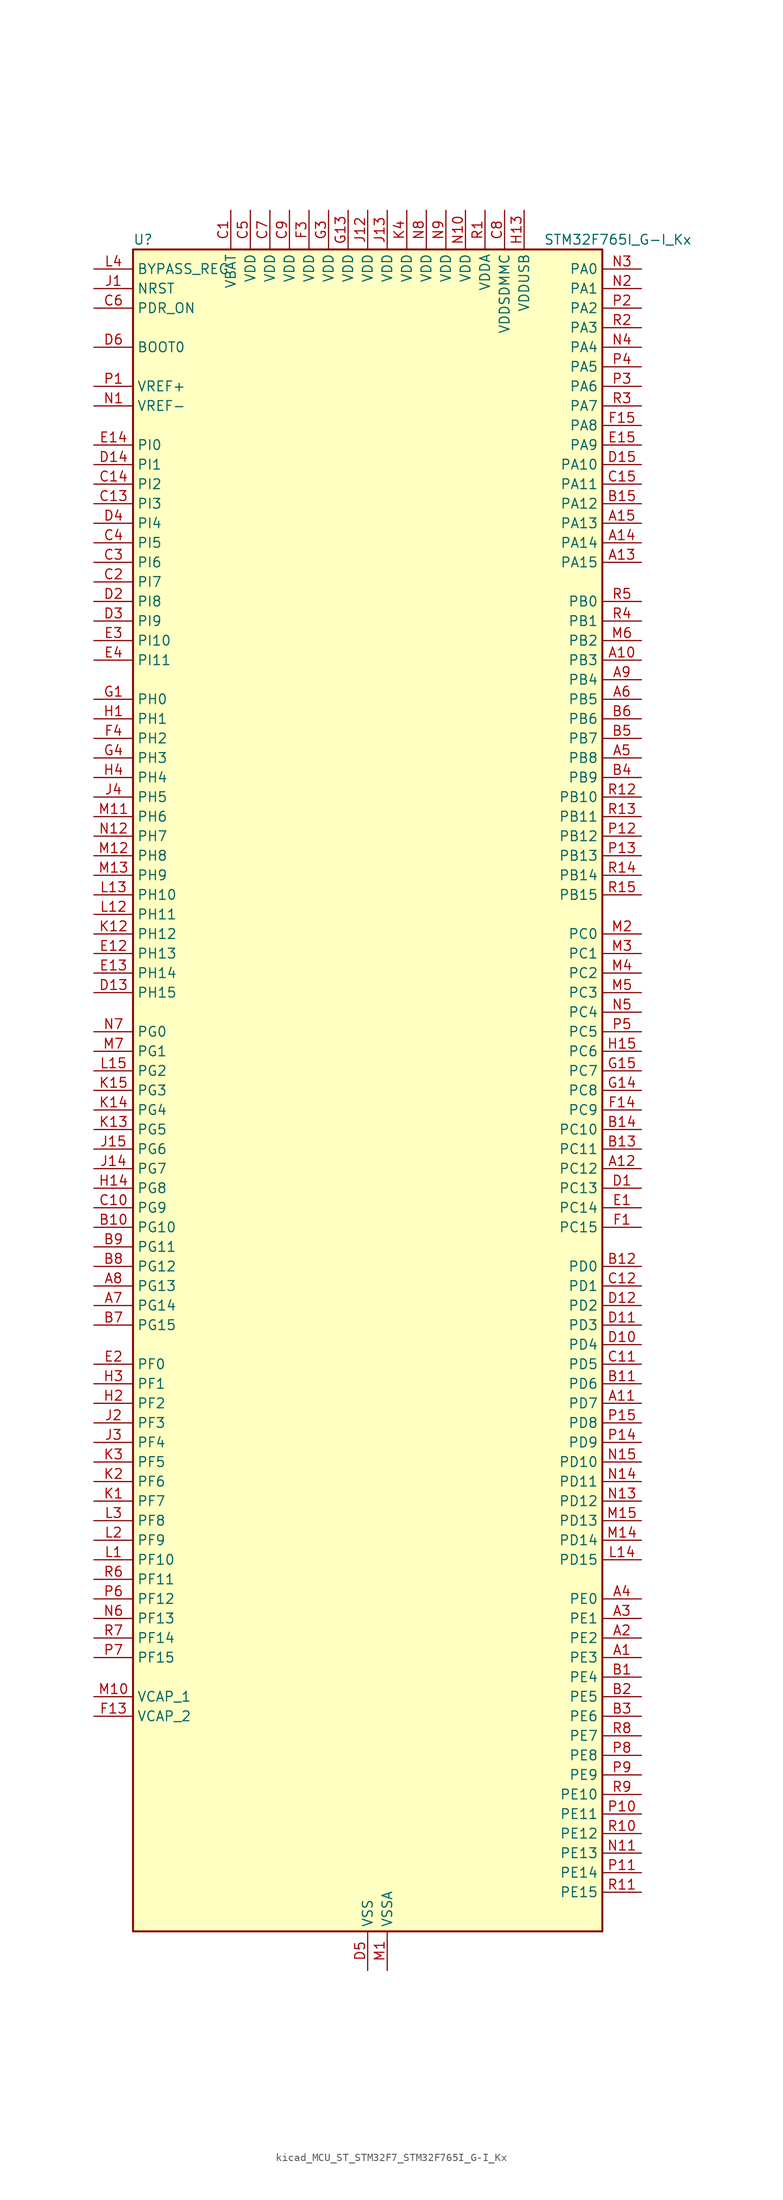
<source format=kicad_sym>
(kicad_symbol_lib
  (version 20220914)
  (generator kicad_symbol_editor)
  (symbol "kicad_MCU_ST_STM32F7_STM32F765I_G-I_Kx"
    (property "Reference" "U"
      (at -30.48 110.49 0)
      (effects (font (size 1.27 1.27)) (justify left)))
    (property "Value" "STM32F765I_G-I_Kx"
      (at 22.86 110.49 0)
      (effects (font (size 1.27 1.27)) (justify left)))
    (property "ki_locked" ""
      (at 0 0 0)
      (effects (font (size 1.27 1.27))))
    (symbol "kicad_MCU_ST_STM32F7_STM32F765I_G-I_Kx_0_1"
      (rectangle (start -30.48 -109.22) (end 30.48 109.22) (stroke (width 0.254) (type default)) (fill (type background))))
    (symbol "kicad_MCU_ST_STM32F7_STM32F765I_G-I_Kx_1_1"
      (pin bidirectional line (at 35.56 -73.66 180) (length 5.08) (name "PE3" (effects (font (size 1.27 1.27)))) (number "A1" (effects (font (size 1.27 1.27)))) (alternate "FMC_A19" bidirectional line) (alternate "SAI1_SD_B" bidirectional line) (alternate "SYS_TRACED0" bidirectional line))
      (pin bidirectional line (at 35.56 55.88 180) (length 5.08) (name "PB3" (effects (font (size 1.27 1.27)))) (number "A10" (effects (font (size 1.27 1.27)))) (alternate "CAN3_RX" bidirectional line) (alternate "I2S1_CK" bidirectional line) (alternate "I2S3_CK" bidirectional line) (alternate "SDMMC2_D2" bidirectional line) (alternate "SPI1_SCK" bidirectional line) (alternate "SPI3_SCK" bidirectional line) (alternate "SPI6_SCK" bidirectional line) (alternate "SYS_JTDO-SWO" bidirectional line) (alternate "TIM2_CH2" bidirectional line) (alternate "UART7_RX" bidirectional line))
      (pin bidirectional line (at 35.56 -40.64 180) (length 5.08) (name "PD7" (effects (font (size 1.27 1.27)))) (number "A11" (effects (font (size 1.27 1.27)))) (alternate "DFSDM1_CKIN1" bidirectional line) (alternate "DFSDM1_DATIN4" bidirectional line) (alternate "FMC_NE1" bidirectional line) (alternate "I2S1_SD" bidirectional line) (alternate "SDMMC2_CMD" bidirectional line) (alternate "SPDIFRX_IN0" bidirectional line) (alternate "SPI1_MOSI" bidirectional line) (alternate "USART2_CK" bidirectional line))
      (pin bidirectional line (at 35.56 -10.16 180) (length 5.08) (name "PC12" (effects (font (size 1.27 1.27)))) (number "A12" (effects (font (size 1.27 1.27)))) (alternate "DCMI_D9" bidirectional line) (alternate "I2S3_SD" bidirectional line) (alternate "SDMMC1_CK" bidirectional line) (alternate "SPI3_MOSI" bidirectional line) (alternate "SYS_TRACED3" bidirectional line) (alternate "UART5_TX" bidirectional line) (alternate "USART3_CK" bidirectional line))
      (pin bidirectional line (at 35.56 68.58 180) (length 5.08) (name "PA15" (effects (font (size 1.27 1.27)))) (number "A13" (effects (font (size 1.27 1.27)))) (alternate "CAN3_TX" bidirectional line) (alternate "CEC" bidirectional line) (alternate "I2S1_WS" bidirectional line) (alternate "I2S3_WS" bidirectional line) (alternate "SPI1_NSS" bidirectional line) (alternate "SPI3_NSS" bidirectional line) (alternate "SPI6_NSS" bidirectional line) (alternate "SYS_JTDI" bidirectional line) (alternate "TIM2_CH1" bidirectional line) (alternate "TIM2_ETR" bidirectional line) (alternate "UART4_DE" bidirectional line) (alternate "UART4_RTS" bidirectional line) (alternate "UART7_TX" bidirectional line))
      (pin bidirectional line (at 35.56 71.12 180) (length 5.08) (name "PA14" (effects (font (size 1.27 1.27)))) (number "A14" (effects (font (size 1.27 1.27)))) (alternate "SYS_JTCK-SWCLK" bidirectional line))
      (pin bidirectional line (at 35.56 73.66 180) (length 5.08) (name "PA13" (effects (font (size 1.27 1.27)))) (number "A15" (effects (font (size 1.27 1.27)))) (alternate "SYS_JTMS-SWDIO" bidirectional line))
      (pin bidirectional line (at 35.56 -71.12 180) (length 5.08) (name "PE2" (effects (font (size 1.27 1.27)))) (number "A2" (effects (font (size 1.27 1.27)))) (alternate "ETH_TXD3" bidirectional line) (alternate "FMC_A23" bidirectional line) (alternate "QUADSPI_BK1_IO2" bidirectional line) (alternate "SAI1_MCLK_A" bidirectional line) (alternate "SPI4_SCK" bidirectional line) (alternate "SYS_TRACECLK" bidirectional line))
      (pin bidirectional line (at 35.56 -68.58 180) (length 5.08) (name "PE1" (effects (font (size 1.27 1.27)))) (number "A3" (effects (font (size 1.27 1.27)))) (alternate "DCMI_D3" bidirectional line) (alternate "FMC_NBL1" bidirectional line) (alternate "LPTIM1_IN2" bidirectional line) (alternate "UART8_TX" bidirectional line))
      (pin bidirectional line (at 35.56 -66.04 180) (length 5.08) (name "PE0" (effects (font (size 1.27 1.27)))) (number "A4" (effects (font (size 1.27 1.27)))) (alternate "DCMI_D2" bidirectional line) (alternate "FMC_NBL0" bidirectional line) (alternate "LPTIM1_ETR" bidirectional line) (alternate "SAI2_MCLK_A" bidirectional line) (alternate "TIM4_ETR" bidirectional line) (alternate "UART8_RX" bidirectional line))
      (pin bidirectional line (at 35.56 43.18 180) (length 5.08) (name "PB8" (effects (font (size 1.27 1.27)))) (number "A5" (effects (font (size 1.27 1.27)))) (alternate "CAN1_RX" bidirectional line) (alternate "DCMI_D6" bidirectional line) (alternate "DFSDM1_CKIN7" bidirectional line) (alternate "ETH_TXD3" bidirectional line) (alternate "I2C1_SCL" bidirectional line) (alternate "I2C4_SCL" bidirectional line) (alternate "SDMMC1_D4" bidirectional line) (alternate "SDMMC2_D4" bidirectional line) (alternate "TIM10_CH1" bidirectional line) (alternate "TIM4_CH3" bidirectional line) (alternate "UART5_RX" bidirectional line))
      (pin bidirectional line (at 35.56 50.8 180) (length 5.08) (name "PB5" (effects (font (size 1.27 1.27)))) (number "A6" (effects (font (size 1.27 1.27)))) (alternate "CAN2_RX" bidirectional line) (alternate "DCMI_D10" bidirectional line) (alternate "ETH_PPS_OUT" bidirectional line) (alternate "FMC_SDCKE1" bidirectional line) (alternate "I2C1_SMBA" bidirectional line) (alternate "I2S1_SD" bidirectional line) (alternate "I2S3_SD" bidirectional line) (alternate "SPI1_MOSI" bidirectional line) (alternate "SPI3_MOSI" bidirectional line) (alternate "SPI6_MOSI" bidirectional line) (alternate "TIM3_CH2" bidirectional line) (alternate "UART5_RX" bidirectional line) (alternate "USB_OTG_HS_ULPI_D7" bidirectional line))
      (pin bidirectional line (at -35.56 -27.94 0) (length 5.08) (name "PG14" (effects (font (size 1.27 1.27)))) (number "A7" (effects (font (size 1.27 1.27)))) (alternate "ETH_TXD1" bidirectional line) (alternate "FMC_A25" bidirectional line) (alternate "LPTIM1_ETR" bidirectional line) (alternate "QUADSPI_BK2_IO3" bidirectional line) (alternate "SPI6_MOSI" bidirectional line) (alternate "SYS_TRACED1" bidirectional line) (alternate "USART6_TX" bidirectional line))
      (pin bidirectional line (at -35.56 -25.4 0) (length 5.08) (name "PG13" (effects (font (size 1.27 1.27)))) (number "A8" (effects (font (size 1.27 1.27)))) (alternate "ETH_TXD0" bidirectional line) (alternate "FMC_A24" bidirectional line) (alternate "LPTIM1_OUT" bidirectional line) (alternate "SPI6_SCK" bidirectional line) (alternate "SYS_TRACED0" bidirectional line) (alternate "USART6_CTS" bidirectional line))
      (pin bidirectional line (at 35.56 53.34 180) (length 5.08) (name "PB4" (effects (font (size 1.27 1.27)))) (number "A9" (effects (font (size 1.27 1.27)))) (alternate "CAN3_TX" bidirectional line) (alternate "I2S2_WS" bidirectional line) (alternate "SDMMC2_D3" bidirectional line) (alternate "SPI1_MISO" bidirectional line) (alternate "SPI2_NSS" bidirectional line) (alternate "SPI3_MISO" bidirectional line) (alternate "SPI6_MISO" bidirectional line) (alternate "SYS_JTRST" bidirectional line) (alternate "TIM3_CH1" bidirectional line) (alternate "UART7_TX" bidirectional line))
      (pin bidirectional line (at 35.56 -76.2 180) (length 5.08) (name "PE4" (effects (font (size 1.27 1.27)))) (number "B1" (effects (font (size 1.27 1.27)))) (alternate "DCMI_D4" bidirectional line) (alternate "DFSDM1_DATIN3" bidirectional line) (alternate "FMC_A20" bidirectional line) (alternate "SAI1_FS_A" bidirectional line) (alternate "SPI4_NSS" bidirectional line) (alternate "SYS_TRACED1" bidirectional line))
      (pin bidirectional line (at -35.56 -17.78 0) (length 5.08) (name "PG10" (effects (font (size 1.27 1.27)))) (number "B10" (effects (font (size 1.27 1.27)))) (alternate "DCMI_D2" bidirectional line) (alternate "FMC_NE3" bidirectional line) (alternate "I2S1_WS" bidirectional line) (alternate "SAI2_SD_B" bidirectional line) (alternate "SDMMC2_D1" bidirectional line) (alternate "SPI1_NSS" bidirectional line))
      (pin bidirectional line (at 35.56 -38.1 180) (length 5.08) (name "PD6" (effects (font (size 1.27 1.27)))) (number "B11" (effects (font (size 1.27 1.27)))) (alternate "DCMI_D10" bidirectional line) (alternate "DFSDM1_CKIN4" bidirectional line) (alternate "DFSDM1_DATIN1" bidirectional line) (alternate "FMC_NWAIT" bidirectional line) (alternate "I2S3_SD" bidirectional line) (alternate "SAI1_SD_A" bidirectional line) (alternate "SDMMC2_CK" bidirectional line) (alternate "SPI3_MOSI" bidirectional line) (alternate "USART2_RX" bidirectional line))
      (pin bidirectional line (at 35.56 -22.86 180) (length 5.08) (name "PD0" (effects (font (size 1.27 1.27)))) (number "B12" (effects (font (size 1.27 1.27)))) (alternate "CAN1_RX" bidirectional line) (alternate "DFSDM1_CKIN6" bidirectional line) (alternate "DFSDM1_DATIN7" bidirectional line) (alternate "FMC_D2" bidirectional line) (alternate "FMC_DA2" bidirectional line) (alternate "UART4_RX" bidirectional line))
      (pin bidirectional line (at 35.56 -7.62 180) (length 5.08) (name "PC11" (effects (font (size 1.27 1.27)))) (number "B13" (effects (font (size 1.27 1.27)))) (alternate "ADC1_EXTI11" bidirectional line) (alternate "ADC2_EXTI11" bidirectional line) (alternate "ADC3_EXTI11" bidirectional line) (alternate "DCMI_D4" bidirectional line) (alternate "DFSDM1_DATIN5" bidirectional line) (alternate "QUADSPI_BK2_NCS" bidirectional line) (alternate "SDMMC1_D3" bidirectional line) (alternate "SPI3_MISO" bidirectional line) (alternate "UART4_RX" bidirectional line) (alternate "USART3_RX" bidirectional line))
      (pin bidirectional line (at 35.56 -5.08 180) (length 5.08) (name "PC10" (effects (font (size 1.27 1.27)))) (number "B14" (effects (font (size 1.27 1.27)))) (alternate "DCMI_D8" bidirectional line) (alternate "DFSDM1_CKIN5" bidirectional line) (alternate "I2S3_CK" bidirectional line) (alternate "QUADSPI_BK1_IO1" bidirectional line) (alternate "SDMMC1_D2" bidirectional line) (alternate "SPI3_SCK" bidirectional line) (alternate "UART4_TX" bidirectional line) (alternate "USART3_TX" bidirectional line))
      (pin bidirectional line (at 35.56 76.2 180) (length 5.08) (name "PA12" (effects (font (size 1.27 1.27)))) (number "B15" (effects (font (size 1.27 1.27)))) (alternate "CAN1_TX" bidirectional line) (alternate "I2S2_CK" bidirectional line) (alternate "SAI2_FS_B" bidirectional line) (alternate "SPI2_SCK" bidirectional line) (alternate "TIM1_ETR" bidirectional line) (alternate "UART4_TX" bidirectional line) (alternate "USART1_DE" bidirectional line) (alternate "USART1_RTS" bidirectional line) (alternate "USB_OTG_FS_DP" bidirectional line))
      (pin bidirectional line (at 35.56 -78.74 180) (length 5.08) (name "PE5" (effects (font (size 1.27 1.27)))) (number "B2" (effects (font (size 1.27 1.27)))) (alternate "DCMI_D6" bidirectional line) (alternate "DFSDM1_CKIN3" bidirectional line) (alternate "FMC_A21" bidirectional line) (alternate "SAI1_SCK_A" bidirectional line) (alternate "SPI4_MISO" bidirectional line) (alternate "SYS_TRACED2" bidirectional line) (alternate "TIM9_CH1" bidirectional line))
      (pin bidirectional line (at 35.56 -81.28 180) (length 5.08) (name "PE6" (effects (font (size 1.27 1.27)))) (number "B3" (effects (font (size 1.27 1.27)))) (alternate "DCMI_D7" bidirectional line) (alternate "FMC_A22" bidirectional line) (alternate "SAI1_SD_A" bidirectional line) (alternate "SAI2_MCLK_B" bidirectional line) (alternate "SPI4_MOSI" bidirectional line) (alternate "SYS_TRACED3" bidirectional line) (alternate "TIM1_BKIN2" bidirectional line) (alternate "TIM9_CH2" bidirectional line))
      (pin bidirectional line (at 35.56 40.64 180) (length 5.08) (name "PB9" (effects (font (size 1.27 1.27)))) (number "B4" (effects (font (size 1.27 1.27)))) (alternate "CAN1_TX" bidirectional line) (alternate "DAC_EXTI9" bidirectional line) (alternate "DCMI_D7" bidirectional line) (alternate "DFSDM1_DATIN7" bidirectional line) (alternate "I2C1_SDA" bidirectional line) (alternate "I2C4_SDA" bidirectional line) (alternate "I2C4_SMBA" bidirectional line) (alternate "I2S2_WS" bidirectional line) (alternate "SDMMC1_D5" bidirectional line) (alternate "SDMMC2_D5" bidirectional line) (alternate "SPI2_NSS" bidirectional line) (alternate "TIM11_CH1" bidirectional line) (alternate "TIM4_CH4" bidirectional line) (alternate "UART5_TX" bidirectional line))
      (pin bidirectional line (at 35.56 45.72 180) (length 5.08) (name "PB7" (effects (font (size 1.27 1.27)))) (number "B5" (effects (font (size 1.27 1.27)))) (alternate "DCMI_VSYNC" bidirectional line) (alternate "DFSDM1_CKIN5" bidirectional line) (alternate "FMC_NL" bidirectional line) (alternate "I2C1_SDA" bidirectional line) (alternate "I2C4_SDA" bidirectional line) (alternate "TIM4_CH2" bidirectional line) (alternate "USART1_RX" bidirectional line))
      (pin bidirectional line (at 35.56 48.26 180) (length 5.08) (name "PB6" (effects (font (size 1.27 1.27)))) (number "B6" (effects (font (size 1.27 1.27)))) (alternate "CAN2_TX" bidirectional line) (alternate "CEC" bidirectional line) (alternate "DCMI_D5" bidirectional line) (alternate "DFSDM1_DATIN5" bidirectional line) (alternate "FMC_SDNE1" bidirectional line) (alternate "I2C1_SCL" bidirectional line) (alternate "I2C4_SCL" bidirectional line) (alternate "QUADSPI_BK1_NCS" bidirectional line) (alternate "TIM4_CH1" bidirectional line) (alternate "UART5_TX" bidirectional line) (alternate "USART1_TX" bidirectional line))
      (pin bidirectional line (at -35.56 -30.48 0) (length 5.08) (name "PG15" (effects (font (size 1.27 1.27)))) (number "B7" (effects (font (size 1.27 1.27)))) (alternate "DCMI_D13" bidirectional line) (alternate "FMC_SDNCAS" bidirectional line) (alternate "USART6_CTS" bidirectional line))
      (pin bidirectional line (at -35.56 -22.86 0) (length 5.08) (name "PG12" (effects (font (size 1.27 1.27)))) (number "B8" (effects (font (size 1.27 1.27)))) (alternate "FMC_NE4" bidirectional line) (alternate "LPTIM1_IN1" bidirectional line) (alternate "SDMMC2_D3" bidirectional line) (alternate "SPDIFRX_IN1" bidirectional line) (alternate "SPI6_MISO" bidirectional line) (alternate "USART6_DE" bidirectional line) (alternate "USART6_RTS" bidirectional line))
      (pin bidirectional line (at -35.56 -20.32 0) (length 5.08) (name "PG11" (effects (font (size 1.27 1.27)))) (number "B9" (effects (font (size 1.27 1.27)))) (alternate "ADC1_EXTI11" bidirectional line) (alternate "ADC2_EXTI11" bidirectional line) (alternate "ADC3_EXTI11" bidirectional line) (alternate "DCMI_D3" bidirectional line) (alternate "ETH_TX_EN" bidirectional line) (alternate "I2S1_CK" bidirectional line) (alternate "SDMMC2_D2" bidirectional line) (alternate "SPDIFRX_IN0" bidirectional line) (alternate "SPI1_SCK" bidirectional line))
      (pin power_in line (at -17.78 114.3 270) (length 5.08) (name "VBAT" (effects (font (size 1.27 1.27)))) (number "C1" (effects (font (size 1.27 1.27)))))
      (pin bidirectional line (at -35.56 -15.24 0) (length 5.08) (name "PG9" (effects (font (size 1.27 1.27)))) (number "C10" (effects (font (size 1.27 1.27)))) (alternate "DAC_EXTI9" bidirectional line) (alternate "DCMI_VSYNC" bidirectional line) (alternate "FMC_NCE" bidirectional line) (alternate "FMC_NE2" bidirectional line) (alternate "QUADSPI_BK2_IO2" bidirectional line) (alternate "SAI2_FS_B" bidirectional line) (alternate "SDMMC2_D0" bidirectional line) (alternate "SPDIFRX_IN3" bidirectional line) (alternate "SPI1_MISO" bidirectional line) (alternate "USART6_RX" bidirectional line))
      (pin bidirectional line (at 35.56 -35.56 180) (length 5.08) (name "PD5" (effects (font (size 1.27 1.27)))) (number "C11" (effects (font (size 1.27 1.27)))) (alternate "FMC_NWE" bidirectional line) (alternate "USART2_TX" bidirectional line))
      (pin bidirectional line (at 35.56 -25.4 180) (length 5.08) (name "PD1" (effects (font (size 1.27 1.27)))) (number "C12" (effects (font (size 1.27 1.27)))) (alternate "CAN1_TX" bidirectional line) (alternate "DFSDM1_CKIN7" bidirectional line) (alternate "DFSDM1_DATIN6" bidirectional line) (alternate "FMC_D3" bidirectional line) (alternate "FMC_DA3" bidirectional line) (alternate "UART4_TX" bidirectional line))
      (pin bidirectional line (at -35.56 76.2 0) (length 5.08) (name "PI3" (effects (font (size 1.27 1.27)))) (number "C13" (effects (font (size 1.27 1.27)))) (alternate "DCMI_D10" bidirectional line) (alternate "FMC_D27" bidirectional line) (alternate "I2S2_SD" bidirectional line) (alternate "SPI2_MOSI" bidirectional line) (alternate "TIM8_ETR" bidirectional line))
      (pin bidirectional line (at -35.56 78.74 0) (length 5.08) (name "PI2" (effects (font (size 1.27 1.27)))) (number "C14" (effects (font (size 1.27 1.27)))) (alternate "DCMI_D9" bidirectional line) (alternate "FMC_D26" bidirectional line) (alternate "SPI2_MISO" bidirectional line) (alternate "TIM8_CH4" bidirectional line))
      (pin bidirectional line (at 35.56 78.74 180) (length 5.08) (name "PA11" (effects (font (size 1.27 1.27)))) (number "C15" (effects (font (size 1.27 1.27)))) (alternate "ADC1_EXTI11" bidirectional line) (alternate "ADC2_EXTI11" bidirectional line) (alternate "ADC3_EXTI11" bidirectional line) (alternate "CAN1_RX" bidirectional line) (alternate "I2S2_WS" bidirectional line) (alternate "SPI2_NSS" bidirectional line) (alternate "TIM1_CH4" bidirectional line) (alternate "UART4_RX" bidirectional line) (alternate "USART1_CTS" bidirectional line) (alternate "USB_OTG_FS_DM" bidirectional line))
      (pin bidirectional line (at -35.56 66.04 0) (length 5.08) (name "PI7" (effects (font (size 1.27 1.27)))) (number "C2" (effects (font (size 1.27 1.27)))) (alternate "DCMI_D7" bidirectional line) (alternate "FMC_D29" bidirectional line) (alternate "SAI2_FS_A" bidirectional line) (alternate "TIM8_CH3" bidirectional line))
      (pin bidirectional line (at -35.56 68.58 0) (length 5.08) (name "PI6" (effects (font (size 1.27 1.27)))) (number "C3" (effects (font (size 1.27 1.27)))) (alternate "DCMI_D6" bidirectional line) (alternate "FMC_D28" bidirectional line) (alternate "SAI2_SD_A" bidirectional line) (alternate "TIM8_CH2" bidirectional line))
      (pin bidirectional line (at -35.56 71.12 0) (length 5.08) (name "PI5" (effects (font (size 1.27 1.27)))) (number "C4" (effects (font (size 1.27 1.27)))) (alternate "DCMI_VSYNC" bidirectional line) (alternate "FMC_NBL3" bidirectional line) (alternate "SAI2_SCK_A" bidirectional line) (alternate "TIM8_CH1" bidirectional line))
      (pin power_in line (at -15.24 114.3 270) (length 5.08) (name "VDD" (effects (font (size 1.27 1.27)))) (number "C5" (effects (font (size 1.27 1.27)))))
      (pin input line (at -35.56 101.6 0) (length 5.08) (name "PDR_ON" (effects (font (size 1.27 1.27)))) (number "C6" (effects (font (size 1.27 1.27)))))
      (pin power_in line (at -12.7 114.3 270) (length 5.08) (name "VDD" (effects (font (size 1.27 1.27)))) (number "C7" (effects (font (size 1.27 1.27)))))
      (pin power_in line (at 17.78 114.3 270) (length 5.08) (name "VDDSDMMC" (effects (font (size 1.27 1.27)))) (number "C8" (effects (font (size 1.27 1.27)))))
      (pin power_in line (at -10.16 114.3 270) (length 5.08) (name "VDD" (effects (font (size 1.27 1.27)))) (number "C9" (effects (font (size 1.27 1.27)))))
      (pin bidirectional line (at 35.56 -12.7 180) (length 5.08) (name "PC13" (effects (font (size 1.27 1.27)))) (number "D1" (effects (font (size 1.27 1.27)))) (alternate "RTC_OUT" bidirectional line) (alternate "RTC_TAMP1" bidirectional line) (alternate "RTC_TS" bidirectional line) (alternate "SYS_WKUP4" bidirectional line))
      (pin bidirectional line (at 35.56 -33.02 180) (length 5.08) (name "PD4" (effects (font (size 1.27 1.27)))) (number "D10" (effects (font (size 1.27 1.27)))) (alternate "DFSDM1_CKIN0" bidirectional line) (alternate "FMC_NOE" bidirectional line) (alternate "USART2_DE" bidirectional line) (alternate "USART2_RTS" bidirectional line))
      (pin bidirectional line (at 35.56 -30.48 180) (length 5.08) (name "PD3" (effects (font (size 1.27 1.27)))) (number "D11" (effects (font (size 1.27 1.27)))) (alternate "DCMI_D5" bidirectional line) (alternate "DFSDM1_CKOUT" bidirectional line) (alternate "DFSDM1_DATIN0" bidirectional line) (alternate "FMC_CLK" bidirectional line) (alternate "I2S2_CK" bidirectional line) (alternate "SPI2_SCK" bidirectional line) (alternate "USART2_CTS" bidirectional line))
      (pin bidirectional line (at 35.56 -27.94 180) (length 5.08) (name "PD2" (effects (font (size 1.27 1.27)))) (number "D12" (effects (font (size 1.27 1.27)))) (alternate "DCMI_D11" bidirectional line) (alternate "SDMMC1_CMD" bidirectional line) (alternate "SYS_TRACED2" bidirectional line) (alternate "TIM3_ETR" bidirectional line) (alternate "UART5_RX" bidirectional line))
      (pin bidirectional line (at -35.56 12.7 0) (length 5.08) (name "PH15" (effects (font (size 1.27 1.27)))) (number "D13" (effects (font (size 1.27 1.27)))) (alternate "DCMI_D11" bidirectional line) (alternate "FMC_D23" bidirectional line) (alternate "TIM8_CH3N" bidirectional line))
      (pin bidirectional line (at -35.56 81.28 0) (length 5.08) (name "PI1" (effects (font (size 1.27 1.27)))) (number "D14" (effects (font (size 1.27 1.27)))) (alternate "DCMI_D8" bidirectional line) (alternate "FMC_D25" bidirectional line) (alternate "I2S2_CK" bidirectional line) (alternate "SPI2_SCK" bidirectional line) (alternate "TIM8_BKIN2" bidirectional line))
      (pin bidirectional line (at 35.56 81.28 180) (length 5.08) (name "PA10" (effects (font (size 1.27 1.27)))) (number "D15" (effects (font (size 1.27 1.27)))) (alternate "DCMI_D1" bidirectional line) (alternate "MDIOS_MDIO" bidirectional line) (alternate "TIM1_CH3" bidirectional line) (alternate "USART1_RX" bidirectional line) (alternate "USB_OTG_FS_ID" bidirectional line))
      (pin bidirectional line (at -35.56 63.5 0) (length 5.08) (name "PI8" (effects (font (size 1.27 1.27)))) (number "D2" (effects (font (size 1.27 1.27)))) (alternate "RTC_TAMP2" bidirectional line) (alternate "RTC_TS" bidirectional line) (alternate "SYS_WKUP5" bidirectional line))
      (pin bidirectional line (at -35.56 60.96 0) (length 5.08) (name "PI9" (effects (font (size 1.27 1.27)))) (number "D3" (effects (font (size 1.27 1.27)))) (alternate "CAN1_RX" bidirectional line) (alternate "DAC_EXTI9" bidirectional line) (alternate "FMC_D30" bidirectional line) (alternate "UART4_RX" bidirectional line))
      (pin bidirectional line (at -35.56 73.66 0) (length 5.08) (name "PI4" (effects (font (size 1.27 1.27)))) (number "D4" (effects (font (size 1.27 1.27)))) (alternate "DCMI_D5" bidirectional line) (alternate "FMC_NBL2" bidirectional line) (alternate "SAI2_MCLK_A" bidirectional line) (alternate "TIM8_BKIN" bidirectional line))
      (pin power_in line (at 0 -114.3 90) (length 5.08) (name "VSS" (effects (font (size 1.27 1.27)))) (number "D5" (effects (font (size 1.27 1.27)))))
      (pin input line (at -35.56 96.52 0) (length 5.08) (name "BOOT0" (effects (font (size 1.27 1.27)))) (number "D6" (effects (font (size 1.27 1.27)))))
      (pin passive line (at 0 -114.3 90) (length 5.08) hide (name "VSS" (effects (font (size 1.27 1.27)))) (number "D7" (effects (font (size 1.27 1.27)))))
      (pin passive line (at 0 -114.3 90) (length 5.08) hide (name "VSS" (effects (font (size 1.27 1.27)))) (number "D8" (effects (font (size 1.27 1.27)))))
      (pin passive line (at 0 -114.3 90) (length 5.08) hide (name "VSS" (effects (font (size 1.27 1.27)))) (number "D9" (effects (font (size 1.27 1.27)))))
      (pin bidirectional line (at 35.56 -15.24 180) (length 5.08) (name "PC14" (effects (font (size 1.27 1.27)))) (number "E1" (effects (font (size 1.27 1.27)))) (alternate "RCC_OSC32_IN" bidirectional line))
      (pin bidirectional line (at -35.56 17.78 0) (length 5.08) (name "PH13" (effects (font (size 1.27 1.27)))) (number "E12" (effects (font (size 1.27 1.27)))) (alternate "CAN1_TX" bidirectional line) (alternate "FMC_D21" bidirectional line) (alternate "TIM8_CH1N" bidirectional line) (alternate "UART4_TX" bidirectional line))
      (pin bidirectional line (at -35.56 15.24 0) (length 5.08) (name "PH14" (effects (font (size 1.27 1.27)))) (number "E13" (effects (font (size 1.27 1.27)))) (alternate "CAN1_RX" bidirectional line) (alternate "DCMI_D4" bidirectional line) (alternate "FMC_D22" bidirectional line) (alternate "TIM8_CH2N" bidirectional line) (alternate "UART4_RX" bidirectional line))
      (pin bidirectional line (at -35.56 83.82 0) (length 5.08) (name "PI0" (effects (font (size 1.27 1.27)))) (number "E14" (effects (font (size 1.27 1.27)))) (alternate "DCMI_D13" bidirectional line) (alternate "FMC_D24" bidirectional line) (alternate "I2S2_WS" bidirectional line) (alternate "SPI2_NSS" bidirectional line) (alternate "TIM5_CH4" bidirectional line))
      (pin bidirectional line (at 35.56 83.82 180) (length 5.08) (name "PA9" (effects (font (size 1.27 1.27)))) (number "E15" (effects (font (size 1.27 1.27)))) (alternate "DAC_EXTI9" bidirectional line) (alternate "DCMI_D0" bidirectional line) (alternate "I2C3_SMBA" bidirectional line) (alternate "I2S2_CK" bidirectional line) (alternate "SPI2_SCK" bidirectional line) (alternate "TIM1_CH2" bidirectional line) (alternate "USART1_TX" bidirectional line) (alternate "USB_OTG_FS_VBUS" bidirectional line))
      (pin bidirectional line (at -35.56 -35.56 0) (length 5.08) (name "PF0" (effects (font (size 1.27 1.27)))) (number "E2" (effects (font (size 1.27 1.27)))) (alternate "FMC_A0" bidirectional line) (alternate "I2C2_SDA" bidirectional line))
      (pin bidirectional line (at -35.56 58.42 0) (length 5.08) (name "PI10" (effects (font (size 1.27 1.27)))) (number "E3" (effects (font (size 1.27 1.27)))) (alternate "ETH_RX_ER" bidirectional line) (alternate "FMC_D31" bidirectional line))
      (pin bidirectional line (at -35.56 55.88 0) (length 5.08) (name "PI11" (effects (font (size 1.27 1.27)))) (number "E4" (effects (font (size 1.27 1.27)))) (alternate "ADC1_EXTI11" bidirectional line) (alternate "ADC2_EXTI11" bidirectional line) (alternate "ADC3_EXTI11" bidirectional line) (alternate "SYS_WKUP6" bidirectional line) (alternate "USB_OTG_HS_ULPI_DIR" bidirectional line))
      (pin bidirectional line (at 35.56 -17.78 180) (length 5.08) (name "PC15" (effects (font (size 1.27 1.27)))) (number "F1" (effects (font (size 1.27 1.27)))) (alternate "RCC_OSC32_OUT" bidirectional line))
      (pin passive line (at 0 -114.3 90) (length 5.08) hide (name "VSS" (effects (font (size 1.27 1.27)))) (number "F10" (effects (font (size 1.27 1.27)))))
      (pin passive line (at 0 -114.3 90) (length 5.08) hide (name "VSS" (effects (font (size 1.27 1.27)))) (number "F12" (effects (font (size 1.27 1.27)))))
      (pin power_out line (at -35.56 -81.28 0) (length 5.08) (name "VCAP_2" (effects (font (size 1.27 1.27)))) (number "F13" (effects (font (size 1.27 1.27)))))
      (pin bidirectional line (at 35.56 -2.54 180) (length 5.08) (name "PC9" (effects (font (size 1.27 1.27)))) (number "F14" (effects (font (size 1.27 1.27)))) (alternate "DAC_EXTI9" bidirectional line) (alternate "DCMI_D3" bidirectional line) (alternate "I2C3_SDA" bidirectional line) (alternate "I2S_CKIN" bidirectional line) (alternate "QUADSPI_BK1_IO0" bidirectional line) (alternate "RCC_MCO_2" bidirectional line) (alternate "SDMMC1_D1" bidirectional line) (alternate "TIM3_CH4" bidirectional line) (alternate "TIM8_CH4" bidirectional line) (alternate "UART5_CTS" bidirectional line))
      (pin bidirectional line (at 35.56 86.36 180) (length 5.08) (name "PA8" (effects (font (size 1.27 1.27)))) (number "F15" (effects (font (size 1.27 1.27)))) (alternate "CAN3_RX" bidirectional line) (alternate "I2C3_SCL" bidirectional line) (alternate "RCC_MCO_1" bidirectional line) (alternate "TIM1_CH1" bidirectional line) (alternate "TIM8_BKIN2" bidirectional line) (alternate "UART7_RX" bidirectional line) (alternate "USART1_CK" bidirectional line) (alternate "USB_OTG_FS_SOF" bidirectional line))
      (pin passive line (at 0 -114.3 90) (length 5.08) hide (name "VSS" (effects (font (size 1.27 1.27)))) (number "F2" (effects (font (size 1.27 1.27)))))
      (pin power_in line (at -7.62 114.3 270) (length 5.08) (name "VDD" (effects (font (size 1.27 1.27)))) (number "F3" (effects (font (size 1.27 1.27)))))
      (pin bidirectional line (at -35.56 45.72 0) (length 5.08) (name "PH2" (effects (font (size 1.27 1.27)))) (number "F4" (effects (font (size 1.27 1.27)))) (alternate "ETH_CRS" bidirectional line) (alternate "FMC_SDCKE0" bidirectional line) (alternate "LPTIM1_IN2" bidirectional line) (alternate "QUADSPI_BK2_IO0" bidirectional line) (alternate "SAI2_SCK_B" bidirectional line))
      (pin passive line (at 0 -114.3 90) (length 5.08) hide (name "VSS" (effects (font (size 1.27 1.27)))) (number "F6" (effects (font (size 1.27 1.27)))))
      (pin passive line (at 0 -114.3 90) (length 5.08) hide (name "VSS" (effects (font (size 1.27 1.27)))) (number "F7" (effects (font (size 1.27 1.27)))))
      (pin passive line (at 0 -114.3 90) (length 5.08) hide (name "VSS" (effects (font (size 1.27 1.27)))) (number "F8" (effects (font (size 1.27 1.27)))))
      (pin passive line (at 0 -114.3 90) (length 5.08) hide (name "VSS" (effects (font (size 1.27 1.27)))) (number "F9" (effects (font (size 1.27 1.27)))))
      (pin bidirectional line (at -35.56 50.8 0) (length 5.08) (name "PH0" (effects (font (size 1.27 1.27)))) (number "G1" (effects (font (size 1.27 1.27)))) (alternate "RCC_OSC_IN" bidirectional line))
      (pin passive line (at 0 -114.3 90) (length 5.08) hide (name "VSS" (effects (font (size 1.27 1.27)))) (number "G10" (effects (font (size 1.27 1.27)))))
      (pin passive line (at 0 -114.3 90) (length 5.08) hide (name "VSS" (effects (font (size 1.27 1.27)))) (number "G12" (effects (font (size 1.27 1.27)))))
      (pin power_in line (at -2.54 114.3 270) (length 5.08) (name "VDD" (effects (font (size 1.27 1.27)))) (number "G13" (effects (font (size 1.27 1.27)))))
      (pin bidirectional line (at 35.56 0 180) (length 5.08) (name "PC8" (effects (font (size 1.27 1.27)))) (number "G14" (effects (font (size 1.27 1.27)))) (alternate "DCMI_D2" bidirectional line) (alternate "FMC_NCE" bidirectional line) (alternate "FMC_NE2" bidirectional line) (alternate "SDMMC1_D0" bidirectional line) (alternate "SYS_TRACED1" bidirectional line) (alternate "TIM3_CH3" bidirectional line) (alternate "TIM8_CH3" bidirectional line) (alternate "UART5_DE" bidirectional line) (alternate "UART5_RTS" bidirectional line) (alternate "USART6_CK" bidirectional line))
      (pin bidirectional line (at 35.56 2.54 180) (length 5.08) (name "PC7" (effects (font (size 1.27 1.27)))) (number "G15" (effects (font (size 1.27 1.27)))) (alternate "DCMI_D1" bidirectional line) (alternate "DFSDM1_DATIN3" bidirectional line) (alternate "FMC_NE1" bidirectional line) (alternate "I2S3_MCK" bidirectional line) (alternate "SDMMC1_D7" bidirectional line) (alternate "SDMMC2_D7" bidirectional line) (alternate "TIM3_CH2" bidirectional line) (alternate "TIM8_CH2" bidirectional line) (alternate "USART6_RX" bidirectional line))
      (pin passive line (at 0 -114.3 90) (length 5.08) hide (name "VSS" (effects (font (size 1.27 1.27)))) (number "G2" (effects (font (size 1.27 1.27)))))
      (pin power_in line (at -5.08 114.3 270) (length 5.08) (name "VDD" (effects (font (size 1.27 1.27)))) (number "G3" (effects (font (size 1.27 1.27)))))
      (pin bidirectional line (at -35.56 43.18 0) (length 5.08) (name "PH3" (effects (font (size 1.27 1.27)))) (number "G4" (effects (font (size 1.27 1.27)))) (alternate "ETH_COL" bidirectional line) (alternate "FMC_SDNE0" bidirectional line) (alternate "QUADSPI_BK2_IO1" bidirectional line) (alternate "SAI2_MCLK_B" bidirectional line))
      (pin passive line (at 0 -114.3 90) (length 5.08) hide (name "VSS" (effects (font (size 1.27 1.27)))) (number "G6" (effects (font (size 1.27 1.27)))))
      (pin passive line (at 0 -114.3 90) (length 5.08) hide (name "VSS" (effects (font (size 1.27 1.27)))) (number "G7" (effects (font (size 1.27 1.27)))))
      (pin passive line (at 0 -114.3 90) (length 5.08) hide (name "VSS" (effects (font (size 1.27 1.27)))) (number "G8" (effects (font (size 1.27 1.27)))))
      (pin passive line (at 0 -114.3 90) (length 5.08) hide (name "VSS" (effects (font (size 1.27 1.27)))) (number "G9" (effects (font (size 1.27 1.27)))))
      (pin bidirectional line (at -35.56 48.26 0) (length 5.08) (name "PH1" (effects (font (size 1.27 1.27)))) (number "H1" (effects (font (size 1.27 1.27)))) (alternate "RCC_OSC_OUT" bidirectional line))
      (pin passive line (at 0 -114.3 90) (length 5.08) hide (name "VSS" (effects (font (size 1.27 1.27)))) (number "H10" (effects (font (size 1.27 1.27)))))
      (pin passive line (at 0 -114.3 90) (length 5.08) hide (name "VSS" (effects (font (size 1.27 1.27)))) (number "H12" (effects (font (size 1.27 1.27)))))
      (pin power_in line (at 20.32 114.3 270) (length 5.08) (name "VDDUSB" (effects (font (size 1.27 1.27)))) (number "H13" (effects (font (size 1.27 1.27)))))
      (pin bidirectional line (at -35.56 -12.7 0) (length 5.08) (name "PG8" (effects (font (size 1.27 1.27)))) (number "H14" (effects (font (size 1.27 1.27)))) (alternate "ETH_PPS_OUT" bidirectional line) (alternate "FMC_SDCLK" bidirectional line) (alternate "SPDIFRX_IN2" bidirectional line) (alternate "SPI6_NSS" bidirectional line) (alternate "USART6_DE" bidirectional line) (alternate "USART6_RTS" bidirectional line))
      (pin bidirectional line (at 35.56 5.08 180) (length 5.08) (name "PC6" (effects (font (size 1.27 1.27)))) (number "H15" (effects (font (size 1.27 1.27)))) (alternate "DCMI_D0" bidirectional line) (alternate "DFSDM1_CKIN3" bidirectional line) (alternate "FMC_NWAIT" bidirectional line) (alternate "I2S2_MCK" bidirectional line) (alternate "SDMMC1_D6" bidirectional line) (alternate "SDMMC2_D6" bidirectional line) (alternate "TIM3_CH1" bidirectional line) (alternate "TIM8_CH1" bidirectional line) (alternate "USART6_TX" bidirectional line))
      (pin bidirectional line (at -35.56 -40.64 0) (length 5.08) (name "PF2" (effects (font (size 1.27 1.27)))) (number "H2" (effects (font (size 1.27 1.27)))) (alternate "FMC_A2" bidirectional line) (alternate "I2C2_SMBA" bidirectional line))
      (pin bidirectional line (at -35.56 -38.1 0) (length 5.08) (name "PF1" (effects (font (size 1.27 1.27)))) (number "H3" (effects (font (size 1.27 1.27)))) (alternate "FMC_A1" bidirectional line) (alternate "I2C2_SCL" bidirectional line))
      (pin bidirectional line (at -35.56 40.64 0) (length 5.08) (name "PH4" (effects (font (size 1.27 1.27)))) (number "H4" (effects (font (size 1.27 1.27)))) (alternate "I2C2_SCL" bidirectional line) (alternate "USB_OTG_HS_ULPI_NXT" bidirectional line))
      (pin passive line (at 0 -114.3 90) (length 5.08) hide (name "VSS" (effects (font (size 1.27 1.27)))) (number "H6" (effects (font (size 1.27 1.27)))))
      (pin passive line (at 0 -114.3 90) (length 5.08) hide (name "VSS" (effects (font (size 1.27 1.27)))) (number "H7" (effects (font (size 1.27 1.27)))))
      (pin passive line (at 0 -114.3 90) (length 5.08) hide (name "VSS" (effects (font (size 1.27 1.27)))) (number "H8" (effects (font (size 1.27 1.27)))))
      (pin passive line (at 0 -114.3 90) (length 5.08) hide (name "VSS" (effects (font (size 1.27 1.27)))) (number "H9" (effects (font (size 1.27 1.27)))))
      (pin input line (at -35.56 104.14 0) (length 5.08) (name "NRST" (effects (font (size 1.27 1.27)))) (number "J1" (effects (font (size 1.27 1.27)))))
      (pin passive line (at 0 -114.3 90) (length 5.08) hide (name "VSS" (effects (font (size 1.27 1.27)))) (number "J10" (effects (font (size 1.27 1.27)))))
      (pin power_in line (at 0 114.3 270) (length 5.08) (name "VDD" (effects (font (size 1.27 1.27)))) (number "J12" (effects (font (size 1.27 1.27)))))
      (pin power_in line (at 2.54 114.3 270) (length 5.08) (name "VDD" (effects (font (size 1.27 1.27)))) (number "J13" (effects (font (size 1.27 1.27)))))
      (pin bidirectional line (at -35.56 -10.16 0) (length 5.08) (name "PG7" (effects (font (size 1.27 1.27)))) (number "J14" (effects (font (size 1.27 1.27)))) (alternate "DCMI_D13" bidirectional line) (alternate "FMC_INT" bidirectional line) (alternate "SAI1_MCLK_A" bidirectional line) (alternate "USART6_CK" bidirectional line))
      (pin bidirectional line (at -35.56 -7.62 0) (length 5.08) (name "PG6" (effects (font (size 1.27 1.27)))) (number "J15" (effects (font (size 1.27 1.27)))) (alternate "DCMI_D12" bidirectional line) (alternate "FMC_NE3" bidirectional line))
      (pin bidirectional line (at -35.56 -43.18 0) (length 5.08) (name "PF3" (effects (font (size 1.27 1.27)))) (number "J2" (effects (font (size 1.27 1.27)))) (alternate "ADC3_IN9" bidirectional line) (alternate "FMC_A3" bidirectional line))
      (pin bidirectional line (at -35.56 -45.72 0) (length 5.08) (name "PF4" (effects (font (size 1.27 1.27)))) (number "J3" (effects (font (size 1.27 1.27)))) (alternate "ADC3_IN14" bidirectional line) (alternate "FMC_A4" bidirectional line))
      (pin bidirectional line (at -35.56 38.1 0) (length 5.08) (name "PH5" (effects (font (size 1.27 1.27)))) (number "J4" (effects (font (size 1.27 1.27)))) (alternate "FMC_SDNWE" bidirectional line) (alternate "I2C2_SDA" bidirectional line) (alternate "SPI5_NSS" bidirectional line))
      (pin passive line (at 0 -114.3 90) (length 5.08) hide (name "VSS" (effects (font (size 1.27 1.27)))) (number "J6" (effects (font (size 1.27 1.27)))))
      (pin passive line (at 0 -114.3 90) (length 5.08) hide (name "VSS" (effects (font (size 1.27 1.27)))) (number "J7" (effects (font (size 1.27 1.27)))))
      (pin passive line (at 0 -114.3 90) (length 5.08) hide (name "VSS" (effects (font (size 1.27 1.27)))) (number "J8" (effects (font (size 1.27 1.27)))))
      (pin passive line (at 0 -114.3 90) (length 5.08) hide (name "VSS" (effects (font (size 1.27 1.27)))) (number "J9" (effects (font (size 1.27 1.27)))))
      (pin bidirectional line (at -35.56 -53.34 0) (length 5.08) (name "PF7" (effects (font (size 1.27 1.27)))) (number "K1" (effects (font (size 1.27 1.27)))) (alternate "ADC3_IN5" bidirectional line) (alternate "QUADSPI_BK1_IO2" bidirectional line) (alternate "SAI1_MCLK_B" bidirectional line) (alternate "SPI5_SCK" bidirectional line) (alternate "TIM11_CH1" bidirectional line) (alternate "UART7_TX" bidirectional line))
      (pin passive line (at 0 -114.3 90) (length 5.08) hide (name "VSS" (effects (font (size 1.27 1.27)))) (number "K10" (effects (font (size 1.27 1.27)))))
      (pin bidirectional line (at -35.56 20.32 0) (length 5.08) (name "PH12" (effects (font (size 1.27 1.27)))) (number "K12" (effects (font (size 1.27 1.27)))) (alternate "DCMI_D3" bidirectional line) (alternate "FMC_D20" bidirectional line) (alternate "I2C4_SDA" bidirectional line) (alternate "TIM5_CH3" bidirectional line))
      (pin bidirectional line (at -35.56 -5.08 0) (length 5.08) (name "PG5" (effects (font (size 1.27 1.27)))) (number "K13" (effects (font (size 1.27 1.27)))) (alternate "FMC_A15" bidirectional line) (alternate "FMC_BA1" bidirectional line))
      (pin bidirectional line (at -35.56 -2.54 0) (length 5.08) (name "PG4" (effects (font (size 1.27 1.27)))) (number "K14" (effects (font (size 1.27 1.27)))) (alternate "FMC_A14" bidirectional line) (alternate "FMC_BA0" bidirectional line))
      (pin bidirectional line (at -35.56 0 0) (length 5.08) (name "PG3" (effects (font (size 1.27 1.27)))) (number "K15" (effects (font (size 1.27 1.27)))) (alternate "FMC_A13" bidirectional line))
      (pin bidirectional line (at -35.56 -50.8 0) (length 5.08) (name "PF6" (effects (font (size 1.27 1.27)))) (number "K2" (effects (font (size 1.27 1.27)))) (alternate "ADC3_IN4" bidirectional line) (alternate "QUADSPI_BK1_IO3" bidirectional line) (alternate "SAI1_SD_B" bidirectional line) (alternate "SPI5_NSS" bidirectional line) (alternate "TIM10_CH1" bidirectional line) (alternate "UART7_RX" bidirectional line))
      (pin bidirectional line (at -35.56 -48.26 0) (length 5.08) (name "PF5" (effects (font (size 1.27 1.27)))) (number "K3" (effects (font (size 1.27 1.27)))) (alternate "ADC3_IN15" bidirectional line) (alternate "FMC_A5" bidirectional line))
      (pin power_in line (at 5.08 114.3 270) (length 5.08) (name "VDD" (effects (font (size 1.27 1.27)))) (number "K4" (effects (font (size 1.27 1.27)))))
      (pin passive line (at 0 -114.3 90) (length 5.08) hide (name "VSS" (effects (font (size 1.27 1.27)))) (number "K6" (effects (font (size 1.27 1.27)))))
      (pin passive line (at 0 -114.3 90) (length 5.08) hide (name "VSS" (effects (font (size 1.27 1.27)))) (number "K7" (effects (font (size 1.27 1.27)))))
      (pin passive line (at 0 -114.3 90) (length 5.08) hide (name "VSS" (effects (font (size 1.27 1.27)))) (number "K8" (effects (font (size 1.27 1.27)))))
      (pin passive line (at 0 -114.3 90) (length 5.08) hide (name "VSS" (effects (font (size 1.27 1.27)))) (number "K9" (effects (font (size 1.27 1.27)))))
      (pin bidirectional line (at -35.56 -60.96 0) (length 5.08) (name "PF10" (effects (font (size 1.27 1.27)))) (number "L1" (effects (font (size 1.27 1.27)))) (alternate "ADC3_IN8" bidirectional line) (alternate "DCMI_D11" bidirectional line) (alternate "QUADSPI_CLK" bidirectional line))
      (pin bidirectional line (at -35.56 22.86 0) (length 5.08) (name "PH11" (effects (font (size 1.27 1.27)))) (number "L12" (effects (font (size 1.27 1.27)))) (alternate "ADC1_EXTI11" bidirectional line) (alternate "ADC2_EXTI11" bidirectional line) (alternate "ADC3_EXTI11" bidirectional line) (alternate "DCMI_D2" bidirectional line) (alternate "FMC_D19" bidirectional line) (alternate "I2C4_SCL" bidirectional line) (alternate "TIM5_CH2" bidirectional line))
      (pin bidirectional line (at -35.56 25.4 0) (length 5.08) (name "PH10" (effects (font (size 1.27 1.27)))) (number "L13" (effects (font (size 1.27 1.27)))) (alternate "DCMI_D1" bidirectional line) (alternate "FMC_D18" bidirectional line) (alternate "I2C4_SMBA" bidirectional line) (alternate "TIM5_CH1" bidirectional line))
      (pin bidirectional line (at 35.56 -60.96 180) (length 5.08) (name "PD15" (effects (font (size 1.27 1.27)))) (number "L14" (effects (font (size 1.27 1.27)))) (alternate "FMC_D1" bidirectional line) (alternate "FMC_DA1" bidirectional line) (alternate "TIM4_CH4" bidirectional line) (alternate "UART8_DE" bidirectional line) (alternate "UART8_RTS" bidirectional line))
      (pin bidirectional line (at -35.56 2.54 0) (length 5.08) (name "PG2" (effects (font (size 1.27 1.27)))) (number "L15" (effects (font (size 1.27 1.27)))) (alternate "FMC_A12" bidirectional line))
      (pin bidirectional line (at -35.56 -58.42 0) (length 5.08) (name "PF9" (effects (font (size 1.27 1.27)))) (number "L2" (effects (font (size 1.27 1.27)))) (alternate "ADC3_IN7" bidirectional line) (alternate "DAC_EXTI9" bidirectional line) (alternate "QUADSPI_BK1_IO1" bidirectional line) (alternate "SAI1_FS_B" bidirectional line) (alternate "SPI5_MOSI" bidirectional line) (alternate "TIM14_CH1" bidirectional line) (alternate "UART7_CTS" bidirectional line))
      (pin bidirectional line (at -35.56 -55.88 0) (length 5.08) (name "PF8" (effects (font (size 1.27 1.27)))) (number "L3" (effects (font (size 1.27 1.27)))) (alternate "ADC3_IN6" bidirectional line) (alternate "QUADSPI_BK1_IO0" bidirectional line) (alternate "SAI1_SCK_B" bidirectional line) (alternate "SPI5_MISO" bidirectional line) (alternate "TIM13_CH1" bidirectional line) (alternate "UART7_DE" bidirectional line) (alternate "UART7_RTS" bidirectional line))
      (pin input line (at -35.56 106.68 0) (length 5.08) (name "BYPASS_REG" (effects (font (size 1.27 1.27)))) (number "L4" (effects (font (size 1.27 1.27)))))
      (pin power_in line (at 2.54 -114.3 90) (length 5.08) (name "VSSA" (effects (font (size 1.27 1.27)))) (number "M1" (effects (font (size 1.27 1.27)))))
      (pin power_out line (at -35.56 -78.74 0) (length 5.08) (name "VCAP_1" (effects (font (size 1.27 1.27)))) (number "M10" (effects (font (size 1.27 1.27)))))
      (pin bidirectional line (at -35.56 35.56 0) (length 5.08) (name "PH6" (effects (font (size 1.27 1.27)))) (number "M11" (effects (font (size 1.27 1.27)))) (alternate "DCMI_D8" bidirectional line) (alternate "ETH_RXD2" bidirectional line) (alternate "FMC_SDNE1" bidirectional line) (alternate "I2C2_SMBA" bidirectional line) (alternate "SPI5_SCK" bidirectional line) (alternate "TIM12_CH1" bidirectional line))
      (pin bidirectional line (at -35.56 30.48 0) (length 5.08) (name "PH8" (effects (font (size 1.27 1.27)))) (number "M12" (effects (font (size 1.27 1.27)))) (alternate "DCMI_HSYNC" bidirectional line) (alternate "FMC_D16" bidirectional line) (alternate "I2C3_SDA" bidirectional line))
      (pin bidirectional line (at -35.56 27.94 0) (length 5.08) (name "PH9" (effects (font (size 1.27 1.27)))) (number "M13" (effects (font (size 1.27 1.27)))) (alternate "DAC_EXTI9" bidirectional line) (alternate "DCMI_D0" bidirectional line) (alternate "FMC_D17" bidirectional line) (alternate "I2C3_SMBA" bidirectional line) (alternate "TIM12_CH2" bidirectional line))
      (pin bidirectional line (at 35.56 -58.42 180) (length 5.08) (name "PD14" (effects (font (size 1.27 1.27)))) (number "M14" (effects (font (size 1.27 1.27)))) (alternate "FMC_D0" bidirectional line) (alternate "FMC_DA0" bidirectional line) (alternate "TIM4_CH3" bidirectional line) (alternate "UART8_CTS" bidirectional line))
      (pin bidirectional line (at 35.56 -55.88 180) (length 5.08) (name "PD13" (effects (font (size 1.27 1.27)))) (number "M15" (effects (font (size 1.27 1.27)))) (alternate "FMC_A18" bidirectional line) (alternate "I2C4_SDA" bidirectional line) (alternate "LPTIM1_OUT" bidirectional line) (alternate "QUADSPI_BK1_IO3" bidirectional line) (alternate "SAI2_SCK_A" bidirectional line) (alternate "TIM4_CH2" bidirectional line))
      (pin bidirectional line (at 35.56 20.32 180) (length 5.08) (name "PC0" (effects (font (size 1.27 1.27)))) (number "M2" (effects (font (size 1.27 1.27)))) (alternate "ADC1_IN10" bidirectional line) (alternate "ADC2_IN10" bidirectional line) (alternate "ADC3_IN10" bidirectional line) (alternate "DFSDM1_CKIN0" bidirectional line) (alternate "DFSDM1_DATIN4" bidirectional line) (alternate "FMC_SDNWE" bidirectional line) (alternate "SAI2_FS_B" bidirectional line) (alternate "USB_OTG_HS_ULPI_STP" bidirectional line))
      (pin bidirectional line (at 35.56 17.78 180) (length 5.08) (name "PC1" (effects (font (size 1.27 1.27)))) (number "M3" (effects (font (size 1.27 1.27)))) (alternate "ADC1_IN11" bidirectional line) (alternate "ADC2_IN11" bidirectional line) (alternate "ADC3_IN11" bidirectional line) (alternate "DFSDM1_CKIN4" bidirectional line) (alternate "DFSDM1_DATIN0" bidirectional line) (alternate "ETH_MDC" bidirectional line) (alternate "I2S2_SD" bidirectional line) (alternate "MDIOS_MDC" bidirectional line) (alternate "RTC_TAMP3" bidirectional line) (alternate "RTC_TS" bidirectional line) (alternate "SAI1_SD_A" bidirectional line) (alternate "SPI2_MOSI" bidirectional line) (alternate "SYS_TRACED0" bidirectional line) (alternate "SYS_WKUP3" bidirectional line))
      (pin bidirectional line (at 35.56 15.24 180) (length 5.08) (name "PC2" (effects (font (size 1.27 1.27)))) (number "M4" (effects (font (size 1.27 1.27)))) (alternate "ADC1_IN12" bidirectional line) (alternate "ADC2_IN12" bidirectional line) (alternate "ADC3_IN12" bidirectional line) (alternate "DFSDM1_CKIN1" bidirectional line) (alternate "DFSDM1_CKOUT" bidirectional line) (alternate "ETH_TXD2" bidirectional line) (alternate "FMC_SDNE0" bidirectional line) (alternate "SPI2_MISO" bidirectional line) (alternate "USB_OTG_HS_ULPI_DIR" bidirectional line))
      (pin bidirectional line (at 35.56 12.7 180) (length 5.08) (name "PC3" (effects (font (size 1.27 1.27)))) (number "M5" (effects (font (size 1.27 1.27)))) (alternate "ADC1_IN13" bidirectional line) (alternate "ADC2_IN13" bidirectional line) (alternate "ADC3_IN13" bidirectional line) (alternate "DFSDM1_DATIN1" bidirectional line) (alternate "ETH_TX_CLK" bidirectional line) (alternate "FMC_SDCKE0" bidirectional line) (alternate "I2S2_SD" bidirectional line) (alternate "SPI2_MOSI" bidirectional line) (alternate "USB_OTG_HS_ULPI_NXT" bidirectional line))
      (pin bidirectional line (at 35.56 58.42 180) (length 5.08) (name "PB2" (effects (font (size 1.27 1.27)))) (number "M6" (effects (font (size 1.27 1.27)))) (alternate "DFSDM1_CKIN1" bidirectional line) (alternate "I2S3_SD" bidirectional line) (alternate "QUADSPI_CLK" bidirectional line) (alternate "SAI1_SD_A" bidirectional line) (alternate "SPI3_MOSI" bidirectional line))
      (pin bidirectional line (at -35.56 5.08 0) (length 5.08) (name "PG1" (effects (font (size 1.27 1.27)))) (number "M7" (effects (font (size 1.27 1.27)))) (alternate "FMC_A11" bidirectional line))
      (pin passive line (at 0 -114.3 90) (length 5.08) hide (name "VSS" (effects (font (size 1.27 1.27)))) (number "M8" (effects (font (size 1.27 1.27)))))
      (pin passive line (at 0 -114.3 90) (length 5.08) hide (name "VSS" (effects (font (size 1.27 1.27)))) (number "M9" (effects (font (size 1.27 1.27)))))
      (pin input line (at -35.56 88.9 0) (length 5.08) (name "VREF-" (effects (font (size 1.27 1.27)))) (number "N1" (effects (font (size 1.27 1.27)))))
      (pin power_in line (at 12.7 114.3 270) (length 5.08) (name "VDD" (effects (font (size 1.27 1.27)))) (number "N10" (effects (font (size 1.27 1.27)))))
      (pin bidirectional line (at 35.56 -99.06 180) (length 5.08) (name "PE13" (effects (font (size 1.27 1.27)))) (number "N11" (effects (font (size 1.27 1.27)))) (alternate "DFSDM1_CKIN5" bidirectional line) (alternate "FMC_D10" bidirectional line) (alternate "FMC_DA10" bidirectional line) (alternate "SAI2_FS_B" bidirectional line) (alternate "SPI4_MISO" bidirectional line) (alternate "TIM1_CH3" bidirectional line))
      (pin bidirectional line (at -35.56 33.02 0) (length 5.08) (name "PH7" (effects (font (size 1.27 1.27)))) (number "N12" (effects (font (size 1.27 1.27)))) (alternate "DCMI_D9" bidirectional line) (alternate "ETH_RXD3" bidirectional line) (alternate "FMC_SDCKE1" bidirectional line) (alternate "I2C3_SCL" bidirectional line) (alternate "SPI5_MISO" bidirectional line))
      (pin bidirectional line (at 35.56 -53.34 180) (length 5.08) (name "PD12" (effects (font (size 1.27 1.27)))) (number "N13" (effects (font (size 1.27 1.27)))) (alternate "FMC_A17" bidirectional line) (alternate "FMC_ALE" bidirectional line) (alternate "I2C4_SCL" bidirectional line) (alternate "LPTIM1_IN1" bidirectional line) (alternate "QUADSPI_BK1_IO1" bidirectional line) (alternate "SAI2_FS_A" bidirectional line) (alternate "TIM4_CH1" bidirectional line) (alternate "USART3_DE" bidirectional line) (alternate "USART3_RTS" bidirectional line))
      (pin bidirectional line (at 35.56 -50.8 180) (length 5.08) (name "PD11" (effects (font (size 1.27 1.27)))) (number "N14" (effects (font (size 1.27 1.27)))) (alternate "ADC1_EXTI11" bidirectional line) (alternate "ADC2_EXTI11" bidirectional line) (alternate "ADC3_EXTI11" bidirectional line) (alternate "FMC_A16" bidirectional line) (alternate "FMC_CLE" bidirectional line) (alternate "I2C4_SMBA" bidirectional line) (alternate "QUADSPI_BK1_IO0" bidirectional line) (alternate "SAI2_SD_A" bidirectional line) (alternate "USART3_CTS" bidirectional line))
      (pin bidirectional line (at 35.56 -48.26 180) (length 5.08) (name "PD10" (effects (font (size 1.27 1.27)))) (number "N15" (effects (font (size 1.27 1.27)))) (alternate "DFSDM1_CKOUT" bidirectional line) (alternate "FMC_D15" bidirectional line) (alternate "FMC_DA15" bidirectional line) (alternate "USART3_CK" bidirectional line))
      (pin bidirectional line (at 35.56 104.14 180) (length 5.08) (name "PA1" (effects (font (size 1.27 1.27)))) (number "N2" (effects (font (size 1.27 1.27)))) (alternate "ADC1_IN1" bidirectional line) (alternate "ADC2_IN1" bidirectional line) (alternate "ADC3_IN1" bidirectional line) (alternate "ETH_REF_CLK" bidirectional line) (alternate "ETH_RX_CLK" bidirectional line) (alternate "QUADSPI_BK1_IO3" bidirectional line) (alternate "SAI2_MCLK_B" bidirectional line) (alternate "TIM2_CH2" bidirectional line) (alternate "TIM5_CH2" bidirectional line) (alternate "UART4_RX" bidirectional line) (alternate "USART2_DE" bidirectional line) (alternate "USART2_RTS" bidirectional line))
      (pin bidirectional line (at 35.56 106.68 180) (length 5.08) (name "PA0" (effects (font (size 1.27 1.27)))) (number "N3" (effects (font (size 1.27 1.27)))) (alternate "ADC1_IN0" bidirectional line) (alternate "ADC2_IN0" bidirectional line) (alternate "ADC3_IN0" bidirectional line) (alternate "ETH_CRS" bidirectional line) (alternate "SAI2_SD_B" bidirectional line) (alternate "SYS_WKUP1" bidirectional line) (alternate "TIM2_CH1" bidirectional line) (alternate "TIM2_ETR" bidirectional line) (alternate "TIM5_CH1" bidirectional line) (alternate "TIM8_ETR" bidirectional line) (alternate "UART4_TX" bidirectional line) (alternate "USART2_CTS" bidirectional line))
      (pin bidirectional line (at 35.56 96.52 180) (length 5.08) (name "PA4" (effects (font (size 1.27 1.27)))) (number "N4" (effects (font (size 1.27 1.27)))) (alternate "ADC1_IN4" bidirectional line) (alternate "ADC2_IN4" bidirectional line) (alternate "DAC_OUT1" bidirectional line) (alternate "DCMI_HSYNC" bidirectional line) (alternate "I2S1_WS" bidirectional line) (alternate "I2S3_WS" bidirectional line) (alternate "SPI1_NSS" bidirectional line) (alternate "SPI3_NSS" bidirectional line) (alternate "SPI6_NSS" bidirectional line) (alternate "USART2_CK" bidirectional line) (alternate "USB_OTG_HS_SOF" bidirectional line))
      (pin bidirectional line (at 35.56 10.16 180) (length 5.08) (name "PC4" (effects (font (size 1.27 1.27)))) (number "N5" (effects (font (size 1.27 1.27)))) (alternate "ADC1_IN14" bidirectional line) (alternate "ADC2_IN14" bidirectional line) (alternate "DFSDM1_CKIN2" bidirectional line) (alternate "ETH_RXD0" bidirectional line) (alternate "FMC_SDNE0" bidirectional line) (alternate "I2S1_MCK" bidirectional line) (alternate "SPDIFRX_IN2" bidirectional line))
      (pin bidirectional line (at -35.56 -68.58 0) (length 5.08) (name "PF13" (effects (font (size 1.27 1.27)))) (number "N6" (effects (font (size 1.27 1.27)))) (alternate "DFSDM1_DATIN6" bidirectional line) (alternate "FMC_A7" bidirectional line) (alternate "I2C4_SMBA" bidirectional line))
      (pin bidirectional line (at -35.56 7.62 0) (length 5.08) (name "PG0" (effects (font (size 1.27 1.27)))) (number "N7" (effects (font (size 1.27 1.27)))) (alternate "FMC_A10" bidirectional line))
      (pin power_in line (at 7.62 114.3 270) (length 5.08) (name "VDD" (effects (font (size 1.27 1.27)))) (number "N8" (effects (font (size 1.27 1.27)))))
      (pin power_in line (at 10.16 114.3 270) (length 5.08) (name "VDD" (effects (font (size 1.27 1.27)))) (number "N9" (effects (font (size 1.27 1.27)))))
      (pin input line (at -35.56 91.44 0) (length 5.08) (name "VREF+" (effects (font (size 1.27 1.27)))) (number "P1" (effects (font (size 1.27 1.27)))))
      (pin bidirectional line (at 35.56 -93.98 180) (length 5.08) (name "PE11" (effects (font (size 1.27 1.27)))) (number "P10" (effects (font (size 1.27 1.27)))) (alternate "ADC1_EXTI11" bidirectional line) (alternate "ADC2_EXTI11" bidirectional line) (alternate "ADC3_EXTI11" bidirectional line) (alternate "DFSDM1_CKIN4" bidirectional line) (alternate "FMC_D8" bidirectional line) (alternate "FMC_DA8" bidirectional line) (alternate "SAI2_SD_B" bidirectional line) (alternate "SPI4_NSS" bidirectional line) (alternate "TIM1_CH2" bidirectional line))
      (pin bidirectional line (at 35.56 -101.6 180) (length 5.08) (name "PE14" (effects (font (size 1.27 1.27)))) (number "P11" (effects (font (size 1.27 1.27)))) (alternate "FMC_D11" bidirectional line) (alternate "FMC_DA11" bidirectional line) (alternate "SAI2_MCLK_B" bidirectional line) (alternate "SPI4_MOSI" bidirectional line) (alternate "TIM1_CH4" bidirectional line))
      (pin bidirectional line (at 35.56 33.02 180) (length 5.08) (name "PB12" (effects (font (size 1.27 1.27)))) (number "P12" (effects (font (size 1.27 1.27)))) (alternate "CAN2_RX" bidirectional line) (alternate "DFSDM1_DATIN1" bidirectional line) (alternate "ETH_TXD0" bidirectional line) (alternate "I2C2_SMBA" bidirectional line) (alternate "I2S2_WS" bidirectional line) (alternate "SPI2_NSS" bidirectional line) (alternate "TIM1_BKIN" bidirectional line) (alternate "UART5_RX" bidirectional line) (alternate "USART3_CK" bidirectional line) (alternate "USB_OTG_HS_ID" bidirectional line) (alternate "USB_OTG_HS_ULPI_D5" bidirectional line))
      (pin bidirectional line (at 35.56 30.48 180) (length 5.08) (name "PB13" (effects (font (size 1.27 1.27)))) (number "P13" (effects (font (size 1.27 1.27)))) (alternate "CAN2_TX" bidirectional line) (alternate "DFSDM1_CKIN1" bidirectional line) (alternate "ETH_TXD1" bidirectional line) (alternate "I2S2_CK" bidirectional line) (alternate "SPI2_SCK" bidirectional line) (alternate "TIM1_CH1N" bidirectional line) (alternate "UART5_TX" bidirectional line) (alternate "USART3_CTS" bidirectional line) (alternate "USB_OTG_HS_ULPI_D6" bidirectional line) (alternate "USB_OTG_HS_VBUS" bidirectional line))
      (pin bidirectional line (at 35.56 -45.72 180) (length 5.08) (name "PD9" (effects (font (size 1.27 1.27)))) (number "P14" (effects (font (size 1.27 1.27)))) (alternate "DAC_EXTI9" bidirectional line) (alternate "DFSDM1_DATIN3" bidirectional line) (alternate "FMC_D14" bidirectional line) (alternate "FMC_DA14" bidirectional line) (alternate "USART3_RX" bidirectional line))
      (pin bidirectional line (at 35.56 -43.18 180) (length 5.08) (name "PD8" (effects (font (size 1.27 1.27)))) (number "P15" (effects (font (size 1.27 1.27)))) (alternate "DFSDM1_CKIN3" bidirectional line) (alternate "FMC_D13" bidirectional line) (alternate "FMC_DA13" bidirectional line) (alternate "SPDIFRX_IN1" bidirectional line) (alternate "USART3_TX" bidirectional line))
      (pin bidirectional line (at 35.56 101.6 180) (length 5.08) (name "PA2" (effects (font (size 1.27 1.27)))) (number "P2" (effects (font (size 1.27 1.27)))) (alternate "ADC1_IN2" bidirectional line) (alternate "ADC2_IN2" bidirectional line) (alternate "ADC3_IN2" bidirectional line) (alternate "ETH_MDIO" bidirectional line) (alternate "MDIOS_MDIO" bidirectional line) (alternate "SAI2_SCK_B" bidirectional line) (alternate "SYS_WKUP2" bidirectional line) (alternate "TIM2_CH3" bidirectional line) (alternate "TIM5_CH3" bidirectional line) (alternate "TIM9_CH1" bidirectional line) (alternate "USART2_TX" bidirectional line))
      (pin bidirectional line (at 35.56 91.44 180) (length 5.08) (name "PA6" (effects (font (size 1.27 1.27)))) (number "P3" (effects (font (size 1.27 1.27)))) (alternate "ADC1_IN6" bidirectional line) (alternate "ADC2_IN6" bidirectional line) (alternate "DCMI_PIXCLK" bidirectional line) (alternate "MDIOS_MDC" bidirectional line) (alternate "SPI1_MISO" bidirectional line) (alternate "SPI6_MISO" bidirectional line) (alternate "TIM13_CH1" bidirectional line) (alternate "TIM1_BKIN" bidirectional line) (alternate "TIM3_CH1" bidirectional line) (alternate "TIM8_BKIN" bidirectional line))
      (pin bidirectional line (at 35.56 93.98 180) (length 5.08) (name "PA5" (effects (font (size 1.27 1.27)))) (number "P4" (effects (font (size 1.27 1.27)))) (alternate "ADC1_IN5" bidirectional line) (alternate "ADC2_IN5" bidirectional line) (alternate "DAC_OUT2" bidirectional line) (alternate "I2S1_CK" bidirectional line) (alternate "SPI1_SCK" bidirectional line) (alternate "SPI6_SCK" bidirectional line) (alternate "TIM2_CH1" bidirectional line) (alternate "TIM2_ETR" bidirectional line) (alternate "TIM8_CH1N" bidirectional line) (alternate "USB_OTG_HS_ULPI_CK" bidirectional line))
      (pin bidirectional line (at 35.56 7.62 180) (length 5.08) (name "PC5" (effects (font (size 1.27 1.27)))) (number "P5" (effects (font (size 1.27 1.27)))) (alternate "ADC1_IN15" bidirectional line) (alternate "ADC2_IN15" bidirectional line) (alternate "DFSDM1_DATIN2" bidirectional line) (alternate "ETH_RXD1" bidirectional line) (alternate "FMC_SDCKE0" bidirectional line) (alternate "SPDIFRX_IN3" bidirectional line))
      (pin bidirectional line (at -35.56 -66.04 0) (length 5.08) (name "PF12" (effects (font (size 1.27 1.27)))) (number "P6" (effects (font (size 1.27 1.27)))) (alternate "FMC_A6" bidirectional line))
      (pin bidirectional line (at -35.56 -73.66 0) (length 5.08) (name "PF15" (effects (font (size 1.27 1.27)))) (number "P7" (effects (font (size 1.27 1.27)))) (alternate "FMC_A9" bidirectional line) (alternate "I2C4_SDA" bidirectional line))
      (pin bidirectional line (at 35.56 -86.36 180) (length 5.08) (name "PE8" (effects (font (size 1.27 1.27)))) (number "P8" (effects (font (size 1.27 1.27)))) (alternate "DFSDM1_CKIN2" bidirectional line) (alternate "FMC_D5" bidirectional line) (alternate "FMC_DA5" bidirectional line) (alternate "QUADSPI_BK2_IO1" bidirectional line) (alternate "TIM1_CH1N" bidirectional line) (alternate "UART7_TX" bidirectional line))
      (pin bidirectional line (at 35.56 -88.9 180) (length 5.08) (name "PE9" (effects (font (size 1.27 1.27)))) (number "P9" (effects (font (size 1.27 1.27)))) (alternate "DAC_EXTI9" bidirectional line) (alternate "DFSDM1_CKOUT" bidirectional line) (alternate "FMC_D6" bidirectional line) (alternate "FMC_DA6" bidirectional line) (alternate "QUADSPI_BK2_IO2" bidirectional line) (alternate "TIM1_CH1" bidirectional line) (alternate "UART7_DE" bidirectional line) (alternate "UART7_RTS" bidirectional line))
      (pin power_in line (at 15.24 114.3 270) (length 5.08) (name "VDDA" (effects (font (size 1.27 1.27)))) (number "R1" (effects (font (size 1.27 1.27)))))
      (pin bidirectional line (at 35.56 -96.52 180) (length 5.08) (name "PE12" (effects (font (size 1.27 1.27)))) (number "R10" (effects (font (size 1.27 1.27)))) (alternate "DFSDM1_DATIN5" bidirectional line) (alternate "FMC_D9" bidirectional line) (alternate "FMC_DA9" bidirectional line) (alternate "SAI2_SCK_B" bidirectional line) (alternate "SPI4_SCK" bidirectional line) (alternate "TIM1_CH3N" bidirectional line))
      (pin bidirectional line (at 35.56 -104.14 180) (length 5.08) (name "PE15" (effects (font (size 1.27 1.27)))) (number "R11" (effects (font (size 1.27 1.27)))) (alternate "FMC_D12" bidirectional line) (alternate "FMC_DA12" bidirectional line) (alternate "TIM1_BKIN" bidirectional line))
      (pin bidirectional line (at 35.56 38.1 180) (length 5.08) (name "PB10" (effects (font (size 1.27 1.27)))) (number "R12" (effects (font (size 1.27 1.27)))) (alternate "DFSDM1_DATIN7" bidirectional line) (alternate "ETH_RX_ER" bidirectional line) (alternate "I2C2_SCL" bidirectional line) (alternate "I2S2_CK" bidirectional line) (alternate "QUADSPI_BK1_NCS" bidirectional line) (alternate "SPI2_SCK" bidirectional line) (alternate "TIM2_CH3" bidirectional line) (alternate "USART3_TX" bidirectional line) (alternate "USB_OTG_HS_ULPI_D3" bidirectional line))
      (pin bidirectional line (at 35.56 35.56 180) (length 5.08) (name "PB11" (effects (font (size 1.27 1.27)))) (number "R13" (effects (font (size 1.27 1.27)))) (alternate "ADC1_EXTI11" bidirectional line) (alternate "ADC2_EXTI11" bidirectional line) (alternate "ADC3_EXTI11" bidirectional line) (alternate "DFSDM1_CKIN7" bidirectional line) (alternate "ETH_TX_EN" bidirectional line) (alternate "I2C2_SDA" bidirectional line) (alternate "TIM2_CH4" bidirectional line) (alternate "USART3_RX" bidirectional line) (alternate "USB_OTG_HS_ULPI_D4" bidirectional line))
      (pin bidirectional line (at 35.56 27.94 180) (length 5.08) (name "PB14" (effects (font (size 1.27 1.27)))) (number "R14" (effects (font (size 1.27 1.27)))) (alternate "DFSDM1_DATIN2" bidirectional line) (alternate "SDMMC2_D0" bidirectional line) (alternate "SPI2_MISO" bidirectional line) (alternate "TIM12_CH1" bidirectional line) (alternate "TIM1_CH2N" bidirectional line) (alternate "TIM8_CH2N" bidirectional line) (alternate "UART4_DE" bidirectional line) (alternate "UART4_RTS" bidirectional line) (alternate "USART1_TX" bidirectional line) (alternate "USART3_DE" bidirectional line) (alternate "USART3_RTS" bidirectional line) (alternate "USB_OTG_HS_DM" bidirectional line))
      (pin bidirectional line (at 35.56 25.4 180) (length 5.08) (name "PB15" (effects (font (size 1.27 1.27)))) (number "R15" (effects (font (size 1.27 1.27)))) (alternate "DFSDM1_CKIN2" bidirectional line) (alternate "I2S2_SD" bidirectional line) (alternate "RTC_REFIN" bidirectional line) (alternate "SDMMC2_D1" bidirectional line) (alternate "SPI2_MOSI" bidirectional line) (alternate "TIM12_CH2" bidirectional line) (alternate "TIM1_CH3N" bidirectional line) (alternate "TIM8_CH3N" bidirectional line) (alternate "UART4_CTS" bidirectional line) (alternate "USART1_RX" bidirectional line) (alternate "USB_OTG_HS_DP" bidirectional line))
      (pin bidirectional line (at 35.56 99.06 180) (length 5.08) (name "PA3" (effects (font (size 1.27 1.27)))) (number "R2" (effects (font (size 1.27 1.27)))) (alternate "ADC1_IN3" bidirectional line) (alternate "ADC2_IN3" bidirectional line) (alternate "ADC3_IN3" bidirectional line) (alternate "ETH_COL" bidirectional line) (alternate "TIM2_CH4" bidirectional line) (alternate "TIM5_CH4" bidirectional line) (alternate "TIM9_CH2" bidirectional line) (alternate "USART2_RX" bidirectional line) (alternate "USB_OTG_HS_ULPI_D0" bidirectional line))
      (pin bidirectional line (at 35.56 88.9 180) (length 5.08) (name "PA7" (effects (font (size 1.27 1.27)))) (number "R3" (effects (font (size 1.27 1.27)))) (alternate "ADC1_IN7" bidirectional line) (alternate "ADC2_IN7" bidirectional line) (alternate "ETH_CRS_DV" bidirectional line) (alternate "ETH_RX_DV" bidirectional line) (alternate "FMC_SDNWE" bidirectional line) (alternate "I2S1_SD" bidirectional line) (alternate "SPI1_MOSI" bidirectional line) (alternate "SPI6_MOSI" bidirectional line) (alternate "TIM14_CH1" bidirectional line) (alternate "TIM1_CH1N" bidirectional line) (alternate "TIM3_CH2" bidirectional line) (alternate "TIM8_CH1N" bidirectional line))
      (pin bidirectional line (at 35.56 60.96 180) (length 5.08) (name "PB1" (effects (font (size 1.27 1.27)))) (number "R4" (effects (font (size 1.27 1.27)))) (alternate "ADC1_IN9" bidirectional line) (alternate "ADC2_IN9" bidirectional line) (alternate "DFSDM1_DATIN1" bidirectional line) (alternate "ETH_RXD3" bidirectional line) (alternate "TIM1_CH3N" bidirectional line) (alternate "TIM3_CH4" bidirectional line) (alternate "TIM8_CH3N" bidirectional line) (alternate "USB_OTG_HS_ULPI_D2" bidirectional line))
      (pin bidirectional line (at 35.56 63.5 180) (length 5.08) (name "PB0" (effects (font (size 1.27 1.27)))) (number "R5" (effects (font (size 1.27 1.27)))) (alternate "ADC1_IN8" bidirectional line) (alternate "ADC2_IN8" bidirectional line) (alternate "DFSDM1_CKOUT" bidirectional line) (alternate "ETH_RXD2" bidirectional line) (alternate "TIM1_CH2N" bidirectional line) (alternate "TIM3_CH3" bidirectional line) (alternate "TIM8_CH2N" bidirectional line) (alternate "UART4_CTS" bidirectional line) (alternate "USB_OTG_HS_ULPI_D1" bidirectional line))
      (pin bidirectional line (at -35.56 -63.5 0) (length 5.08) (name "PF11" (effects (font (size 1.27 1.27)))) (number "R6" (effects (font (size 1.27 1.27)))) (alternate "ADC1_EXTI11" bidirectional line) (alternate "ADC2_EXTI11" bidirectional line) (alternate "ADC3_EXTI11" bidirectional line) (alternate "DCMI_D12" bidirectional line) (alternate "FMC_SDNRAS" bidirectional line) (alternate "SAI2_SD_B" bidirectional line) (alternate "SPI5_MOSI" bidirectional line))
      (pin bidirectional line (at -35.56 -71.12 0) (length 5.08) (name "PF14" (effects (font (size 1.27 1.27)))) (number "R7" (effects (font (size 1.27 1.27)))) (alternate "DFSDM1_CKIN6" bidirectional line) (alternate "FMC_A8" bidirectional line) (alternate "I2C4_SCL" bidirectional line))
      (pin bidirectional line (at 35.56 -83.82 180) (length 5.08) (name "PE7" (effects (font (size 1.27 1.27)))) (number "R8" (effects (font (size 1.27 1.27)))) (alternate "DFSDM1_DATIN2" bidirectional line) (alternate "FMC_D4" bidirectional line) (alternate "FMC_DA4" bidirectional line) (alternate "QUADSPI_BK2_IO0" bidirectional line) (alternate "TIM1_ETR" bidirectional line) (alternate "UART7_RX" bidirectional line))
      (pin bidirectional line (at 35.56 -91.44 180) (length 5.08) (name "PE10" (effects (font (size 1.27 1.27)))) (number "R9" (effects (font (size 1.27 1.27)))) (alternate "DFSDM1_DATIN4" bidirectional line) (alternate "FMC_D7" bidirectional line) (alternate "FMC_DA7" bidirectional line) (alternate "QUADSPI_BK2_IO3" bidirectional line) (alternate "TIM1_CH2N" bidirectional line) (alternate "UART7_CTS" bidirectional line)))))
</source>
